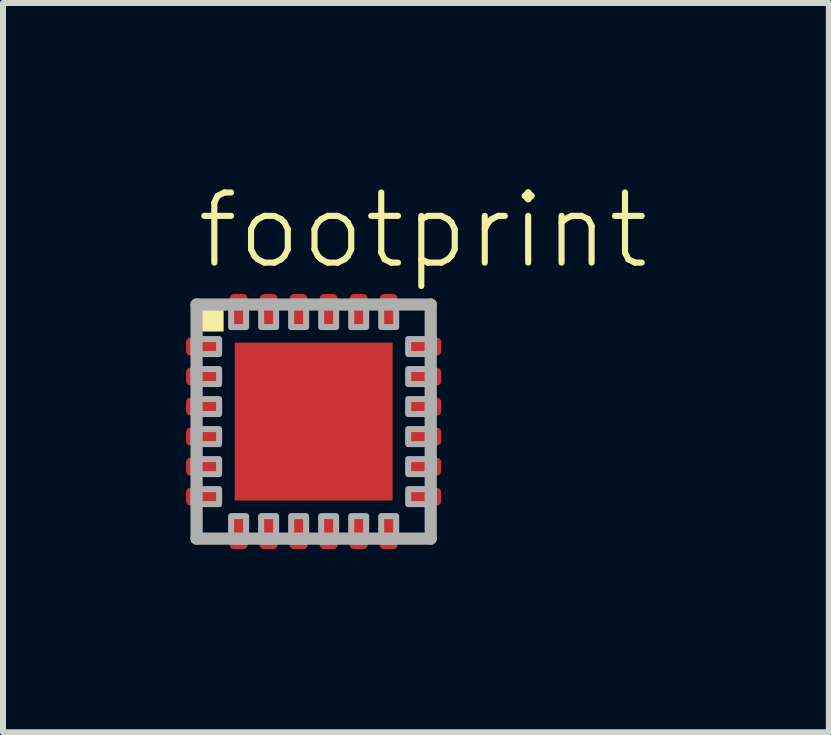
<source format=kicad_pcb>
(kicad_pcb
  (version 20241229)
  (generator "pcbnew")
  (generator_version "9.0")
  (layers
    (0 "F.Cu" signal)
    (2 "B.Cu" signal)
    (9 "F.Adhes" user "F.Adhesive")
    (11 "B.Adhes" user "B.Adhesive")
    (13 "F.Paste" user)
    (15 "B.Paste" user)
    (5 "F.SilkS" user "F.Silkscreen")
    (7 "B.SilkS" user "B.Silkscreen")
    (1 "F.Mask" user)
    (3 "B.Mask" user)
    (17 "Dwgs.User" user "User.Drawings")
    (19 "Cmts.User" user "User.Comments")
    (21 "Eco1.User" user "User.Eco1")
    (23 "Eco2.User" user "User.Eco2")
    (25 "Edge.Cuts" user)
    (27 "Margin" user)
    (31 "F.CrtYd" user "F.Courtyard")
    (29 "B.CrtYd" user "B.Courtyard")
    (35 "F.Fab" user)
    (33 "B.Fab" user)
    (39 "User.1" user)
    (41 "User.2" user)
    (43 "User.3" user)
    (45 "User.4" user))
  (footprint "footprint"
    (layer "F.Cu")
    (at 2.175 3.973)
    (property "Reference" "footprint" (at -2 -2.5 0) (layer "F.SilkS") (effects (font (size 1.168 1.168) (thickness 0.102)) (justify left bottom)))
    (fp_poly (pts (xy -2.175 -1.075) (xy -1.525 -1.075) (xy -1.525 -1.425) (xy -2.175 -1.425)) (stroke (width 0) (type solid)) (fill yes) (layer "F.Mask"))
    (fp_poly (pts (xy -2.175 -0.575) (xy -1.525 -0.575) (xy -1.525 -0.925) (xy -2.175 -0.925)) (stroke (width 0) (type solid)) (fill yes) (layer "F.Mask"))
    (fp_poly (pts (xy -2.175 -0.075) (xy -1.525 -0.075) (xy -1.525 -0.425) (xy -2.175 -0.425)) (stroke (width 0) (type solid)) (fill yes) (layer "F.Mask"))
    (fp_poly (pts (xy -2.175 0.425) (xy -1.525 0.425) (xy -1.525 0.075) (xy -2.175 0.075)) (stroke (width 0) (type solid)) (fill yes) (layer "F.Mask"))
    (fp_poly (pts (xy -2.175 0.925) (xy -1.525 0.925) (xy -1.525 0.575) (xy -2.175 0.575)) (stroke (width 0) (type solid)) (fill yes) (layer "F.Mask"))
    (fp_poly (pts (xy -2.175 1.425) (xy -1.525 1.425) (xy -1.525 1.075) (xy -2.175 1.075)) (stroke (width 0) (type solid)) (fill yes) (layer "F.Mask"))
    (fp_poly (pts (xy -1.425 -2.175) (xy -1.425 -1.525) (xy -1.075 -1.525) (xy -1.075 -2.175)) (stroke (width 0) (type solid)) (fill yes) (layer "F.Mask"))
    (fp_poly (pts (xy -1.35 1.35) (xy 1.35 1.35) (xy 1.35 -1.35) (xy -1.35 -1.35)) (stroke (width 0.1) (type solid)) (fill no) (layer "F.Mask"))
    (fp_poly (pts (xy -1.075 2.175) (xy -1.075 1.525) (xy -1.425 1.525) (xy -1.425 2.175)) (stroke (width 0) (type solid)) (fill yes) (layer "F.Mask"))
    (fp_poly (pts (xy -0.925 -2.175) (xy -0.925 -1.525) (xy -0.575 -1.525) (xy -0.575 -2.175)) (stroke (width 0) (type solid)) (fill yes) (layer "F.Mask"))
    (fp_poly (pts (xy -0.575 2.175) (xy -0.575 1.525) (xy -0.925 1.525) (xy -0.925 2.175)) (stroke (width 0) (type solid)) (fill yes) (layer "F.Mask"))
    (fp_poly (pts (xy -0.425 -2.175) (xy -0.425 -1.525) (xy -0.075 -1.525) (xy -0.075 -2.175)) (stroke (width 0) (type solid)) (fill yes) (layer "F.Mask"))
    (fp_poly (pts (xy -0.075 2.175) (xy -0.075 1.525) (xy -0.425 1.525) (xy -0.425 2.175)) (stroke (width 0) (type solid)) (fill yes) (layer "F.Mask"))
    (fp_poly (pts (xy 0.075 -2.175) (xy 0.075 -1.525) (xy 0.425 -1.525) (xy 0.425 -2.175)) (stroke (width 0) (type solid)) (fill yes) (layer "F.Mask"))
    (fp_poly (pts (xy 0.425 2.175) (xy 0.425 1.525) (xy 0.075 1.525) (xy 0.075 2.175)) (stroke (width 0) (type solid)) (fill yes) (layer "F.Mask"))
    (fp_poly (pts (xy 0.575 -2.175) (xy 0.575 -1.525) (xy 0.925 -1.525) (xy 0.925 -2.175)) (stroke (width 0) (type solid)) (fill yes) (layer "F.Mask"))
    (fp_poly (pts (xy 0.925 2.175) (xy 0.925 1.525) (xy 0.575 1.525) (xy 0.575 2.175)) (stroke (width 0) (type solid)) (fill yes) (layer "F.Mask"))
    (fp_poly (pts (xy 1.075 -2.175) (xy 1.075 -1.525) (xy 1.425 -1.525) (xy 1.425 -2.175)) (stroke (width 0) (type solid)) (fill yes) (layer "F.Mask"))
    (fp_poly (pts (xy 1.425 2.175) (xy 1.425 1.525) (xy 1.075 1.525) (xy 1.075 2.175)) (stroke (width 0) (type solid)) (fill yes) (layer "F.Mask"))
    (fp_poly (pts (xy 2.175 -1.425) (xy 1.525 -1.425) (xy 1.525 -1.075) (xy 2.175 -1.075)) (stroke (width 0) (type solid)) (fill yes) (layer "F.Mask"))
    (fp_poly (pts (xy 2.175 -0.925) (xy 1.525 -0.925) (xy 1.525 -0.575) (xy 2.175 -0.575)) (stroke (width 0) (type solid)) (fill yes) (layer "F.Mask"))
    (fp_poly (pts (xy 2.175 -0.425) (xy 1.525 -0.425) (xy 1.525 -0.075) (xy 2.175 -0.075)) (stroke (width 0) (type solid)) (fill yes) (layer "F.Mask"))
    (fp_poly (pts (xy 2.175 0.075) (xy 1.525 0.075) (xy 1.525 0.425) (xy 2.175 0.425)) (stroke (width 0) (type solid)) (fill yes) (layer "F.Mask"))
    (fp_poly (pts (xy 2.175 0.575) (xy 1.525 0.575) (xy 1.525 0.925) (xy 2.175 0.925)) (stroke (width 0) (type solid)) (fill yes) (layer "F.Mask"))
    (fp_poly (pts (xy 2.175 1.075) (xy 1.525 1.075) (xy 1.525 1.425) (xy 2.175 1.425)) (stroke (width 0) (type solid)) (fill yes) (layer "F.Mask"))
    (fp_poly (pts (xy -2 -1.5) (xy -1.5 -1.5) (xy -1.5 -2) (xy -2 -2)) (stroke (width 0) (type solid)) (fill yes) (layer "F.SilkS"))
    (fp_poly (pts (xy -2.1 -1.125) (xy -1.55 -1.125) (xy -1.55 -1.375) (xy -2.1 -1.375)) (stroke (width 0) (type solid)) (fill yes) (layer "F.Paste"))
    (fp_poly (pts (xy -2.1 -0.625) (xy -1.55 -0.625) (xy -1.55 -0.875) (xy -2.1 -0.875)) (stroke (width 0) (type solid)) (fill yes) (layer "F.Paste"))
    (fp_poly (pts (xy -2.1 -0.125) (xy -1.55 -0.125) (xy -1.55 -0.375) (xy -2.1 -0.375)) (stroke (width 0) (type solid)) (fill yes) (layer "F.Paste"))
    (fp_poly (pts (xy -2.1 0.375) (xy -1.55 0.375) (xy -1.55 0.125) (xy -2.1 0.125)) (stroke (width 0) (type solid)) (fill yes) (layer "F.Paste"))
    (fp_poly (pts (xy -2.1 0.875) (xy -1.55 0.875) (xy -1.55 0.625) (xy -2.1 0.625)) (stroke (width 0) (type solid)) (fill yes) (layer "F.Paste"))
    (fp_poly (pts (xy -2.1 1.375) (xy -1.55 1.375) (xy -1.55 1.125) (xy -2.1 1.125)) (stroke (width 0) (type solid)) (fill yes) (layer "F.Paste"))
    (fp_poly (pts (xy -1.375 -2.1) (xy -1.375 -1.55) (xy -1.125 -1.55) (xy -1.125 -2.1)) (stroke (width 0) (type solid)) (fill yes) (layer "F.Paste"))
    (fp_poly (pts (xy -1.15 1.175) (xy 1.15 1.175) (xy 1.15 -1.2) (xy -1.15 -1.2)) (stroke (width 0) (type solid)) (fill yes) (layer "F.Paste"))
    (fp_poly (pts (xy -1.125 2.1) (xy -1.125 1.55) (xy -1.375 1.55) (xy -1.375 2.1)) (stroke (width 0) (type solid)) (fill yes) (layer "F.Paste"))
    (fp_poly (pts (xy -0.875 -2.1) (xy -0.875 -1.55) (xy -0.625 -1.55) (xy -0.625 -2.1)) (stroke (width 0) (type solid)) (fill yes) (layer "F.Paste"))
    (fp_poly (pts (xy -0.625 2.1) (xy -0.625 1.55) (xy -0.875 1.55) (xy -0.875 2.1)) (stroke (width 0) (type solid)) (fill yes) (layer "F.Paste"))
    (fp_poly (pts (xy -0.375 -2.1) (xy -0.375 -1.55) (xy -0.125 -1.55) (xy -0.125 -2.1)) (stroke (width 0) (type solid)) (fill yes) (layer "F.Paste"))
    (fp_poly (pts (xy -0.125 2.1) (xy -0.125 1.55) (xy -0.375 1.55) (xy -0.375 2.1)) (stroke (width 0) (type solid)) (fill yes) (layer "F.Paste"))
    (fp_poly (pts (xy 0.125 -2.1) (xy 0.125 -1.55) (xy 0.375 -1.55) (xy 0.375 -2.1)) (stroke (width 0) (type solid)) (fill yes) (layer "F.Paste"))
    (fp_poly (pts (xy 0.375 2.1) (xy 0.375 1.55) (xy 0.125 1.55) (xy 0.125 2.1)) (stroke (width 0) (type solid)) (fill yes) (layer "F.Paste"))
    (fp_poly (pts (xy 0.625 -2.1) (xy 0.625 -1.55) (xy 0.875 -1.55) (xy 0.875 -2.1)) (stroke (width 0) (type solid)) (fill yes) (layer "F.Paste"))
    (fp_poly (pts (xy 0.875 2.1) (xy 0.875 1.55) (xy 0.625 1.55) (xy 0.625 2.1)) (stroke (width 0) (type solid)) (fill yes) (layer "F.Paste"))
    (fp_poly (pts (xy 1.125 -2.1) (xy 1.125 -1.55) (xy 1.375 -1.55) (xy 1.375 -2.1)) (stroke (width 0) (type solid)) (fill yes) (layer "F.Paste"))
    (fp_poly (pts (xy 1.375 2.1) (xy 1.375 1.55) (xy 1.125 1.55) (xy 1.125 2.1)) (stroke (width 0) (type solid)) (fill yes) (layer "F.Paste"))
    (fp_poly (pts (xy 2.1 -1.375) (xy 1.55 -1.375) (xy 1.55 -1.125) (xy 2.1 -1.125)) (stroke (width 0) (type solid)) (fill yes) (layer "F.Paste"))
    (fp_poly (pts (xy 2.1 -0.875) (xy 1.55 -0.875) (xy 1.55 -0.625) (xy 2.1 -0.625)) (stroke (width 0) (type solid)) (fill yes) (layer "F.Paste"))
    (fp_poly (pts (xy 2.1 -0.375) (xy 1.55 -0.375) (xy 1.55 -0.125) (xy 2.1 -0.125)) (stroke (width 0) (type solid)) (fill yes) (layer "F.Paste"))
    (fp_poly (pts (xy 2.1 0.125) (xy 1.55 0.125) (xy 1.55 0.375) (xy 2.1 0.375)) (stroke (width 0) (type solid)) (fill yes) (layer "F.Paste"))
    (fp_poly (pts (xy 2.1 0.625) (xy 1.55 0.625) (xy 1.55 0.875) (xy 2.1 0.875)) (stroke (width 0) (type solid)) (fill yes) (layer "F.Paste"))
    (fp_poly (pts (xy 2.1 1.125) (xy 1.55 1.125) (xy 1.55 1.375) (xy 2.1 1.375)) (stroke (width 0) (type solid)) (fill yes) (layer "F.Paste"))
    (fp_line (start -1.95 -1.95) (end 1.95 -1.95) (stroke (width 0.203) (type solid)) (layer "F.Fab"))
    (fp_line (start -1.95 1.95) (end -1.95 -1.95) (stroke (width 0.203) (type solid)) (layer "F.Fab"))
    (fp_line (start 1.95 -1.95) (end 1.95 1.95) (stroke (width 0.203) (type solid)) (layer "F.Fab"))
    (fp_line (start 1.95 1.95) (end -1.95 1.95) (stroke (width 0.203) (type solid)) (layer "F.Fab"))
    (fp_poly (pts (xy -2 -1.125) (xy -1.575 -1.125) (xy -1.575 -1.375) (xy -2 -1.375)) (stroke (width 0.1) (type solid)) (fill no) (layer "F.Fab"))
    (fp_poly (pts (xy -2 -0.625) (xy -1.575 -0.625) (xy -1.575 -0.875) (xy -2 -0.875)) (stroke (width 0.1) (type solid)) (fill no) (layer "F.Fab"))
    (fp_poly (pts (xy -2 -0.125) (xy -1.575 -0.125) (xy -1.575 -0.375) (xy -2 -0.375)) (stroke (width 0.1) (type solid)) (fill no) (layer "F.Fab"))
    (fp_poly (pts (xy -2 0.375) (xy -1.575 0.375) (xy -1.575 0.125) (xy -2 0.125)) (stroke (width 0.1) (type solid)) (fill no) (layer "F.Fab"))
    (fp_poly (pts (xy -2 0.875) (xy -1.575 0.875) (xy -1.575 0.625) (xy -2 0.625)) (stroke (width 0.1) (type solid)) (fill no) (layer "F.Fab"))
    (fp_poly (pts (xy -2 1.375) (xy -1.575 1.375) (xy -1.575 1.125) (xy -2 1.125)) (stroke (width 0.1) (type solid)) (fill no) (layer "F.Fab"))
    (fp_poly (pts (xy -1.375 -2) (xy -1.375 -1.575) (xy -1.125 -1.575) (xy -1.125 -2)) (stroke (width 0.1) (type solid)) (fill no) (layer "F.Fab"))
    (fp_poly (pts (xy -1.125 2) (xy -1.125 1.575) (xy -1.375 1.575) (xy -1.375 2)) (stroke (width 0.1) (type solid)) (fill no) (layer "F.Fab"))
    (fp_poly (pts (xy -0.875 -2) (xy -0.875 -1.575) (xy -0.625 -1.575) (xy -0.625 -2)) (stroke (width 0.1) (type solid)) (fill no) (layer "F.Fab"))
    (fp_poly (pts (xy -0.625 2) (xy -0.625 1.575) (xy -0.875 1.575) (xy -0.875 2)) (stroke (width 0.1) (type solid)) (fill no) (layer "F.Fab"))
    (fp_poly (pts (xy -0.375 -2) (xy -0.375 -1.575) (xy -0.125 -1.575) (xy -0.125 -2)) (stroke (width 0.1) (type solid)) (fill no) (layer "F.Fab"))
    (fp_poly (pts (xy -0.125 2) (xy -0.125 1.575) (xy -0.375 1.575) (xy -0.375 2)) (stroke (width 0.1) (type solid)) (fill no) (layer "F.Fab"))
    (fp_poly (pts (xy 0.125 -2) (xy 0.125 -1.575) (xy 0.375 -1.575) (xy 0.375 -2)) (stroke (width 0.1) (type solid)) (fill no) (layer "F.Fab"))
    (fp_poly (pts (xy 0.375 2) (xy 0.375 1.575) (xy 0.125 1.575) (xy 0.125 2)) (stroke (width 0.1) (type solid)) (fill no) (layer "F.Fab"))
    (fp_poly (pts (xy 0.625 -2) (xy 0.625 -1.575) (xy 0.875 -1.575) (xy 0.875 -2)) (stroke (width 0.1) (type solid)) (fill no) (layer "F.Fab"))
    (fp_poly (pts (xy 0.875 2) (xy 0.875 1.575) (xy 0.625 1.575) (xy 0.625 2)) (stroke (width 0.1) (type solid)) (fill no) (layer "F.Fab"))
    (fp_poly (pts (xy 1.125 -2) (xy 1.125 -1.575) (xy 1.375 -1.575) (xy 1.375 -2)) (stroke (width 0.1) (type solid)) (fill no) (layer "F.Fab"))
    (fp_poly (pts (xy 1.375 2) (xy 1.375 1.575) (xy 1.125 1.575) (xy 1.125 2)) (stroke (width 0.1) (type solid)) (fill no) (layer "F.Fab"))
    (fp_poly (pts (xy 2 -1.375) (xy 1.575 -1.375) (xy 1.575 -1.125) (xy 2 -1.125)) (stroke (width 0.1) (type solid)) (fill no) (layer "F.Fab"))
    (fp_poly (pts (xy 2 -0.875) (xy 1.575 -0.875) (xy 1.575 -0.625) (xy 2 -0.625)) (stroke (width 0.1) (type solid)) (fill no) (layer "F.Fab"))
    (fp_poly (pts (xy 2 -0.375) (xy 1.575 -0.375) (xy 1.575 -0.125) (xy 2 -0.125)) (stroke (width 0.1) (type solid)) (fill no) (layer "F.Fab"))
    (fp_poly (pts (xy 2 0.125) (xy 1.575 0.125) (xy 1.575 0.375) (xy 2 0.375)) (stroke (width 0.1) (type solid)) (fill no) (layer "F.Fab"))
    (fp_poly (pts (xy 2 0.625) (xy 1.575 0.625) (xy 1.575 0.875) (xy 2 0.875)) (stroke (width 0.1) (type solid)) (fill no) (layer "F.Fab"))
    (fp_poly (pts (xy 2 1.125) (xy 1.575 1.125) (xy 1.575 1.375) (xy 2 1.375)) (stroke (width 0.1) (type solid)) (fill no) (layer "F.Fab"))
    (pad "1" smd roundrect (at -1.825 -1.25) (size 0.6 0.3) (layers "F.Cu") (roundrect_rratio 0.25))
    (pad "2" smd roundrect (at -1.825 -0.75) (size 0.6 0.3) (layers "F.Cu") (roundrect_rratio 0.25))
    (pad "3" smd roundrect (at -1.825 -0.25) (size 0.6 0.3) (layers "F.Cu") (roundrect_rratio 0.25))
    (pad "4" smd roundrect (at -1.825 0.25) (size 0.6 0.3) (layers "F.Cu") (roundrect_rratio 0.25))
    (pad "5" smd roundrect (at -1.825 0.75) (size 0.6 0.3) (layers "F.Cu") (roundrect_rratio 0.25))
    (pad "6" smd roundrect (at -1.825 1.25) (size 0.6 0.3) (layers "F.Cu") (roundrect_rratio 0.25))
    (pad "7" smd roundrect (at -1.25 1.825 90) (size 0.6 0.3) (layers "F.Cu") (roundrect_rratio 0.25))
    (pad "8" smd roundrect (at -0.75 1.825 90) (size 0.6 0.3) (layers "F.Cu") (roundrect_rratio 0.25))
    (pad "9" smd roundrect (at -0.25 1.825 90) (size 0.6 0.3) (layers "F.Cu") (roundrect_rratio 0.25))
    (pad "10" smd roundrect (at 0.25 1.825 90) (size 0.6 0.3) (layers "F.Cu") (roundrect_rratio 0.25))
    (pad "11" smd roundrect (at 0.75 1.825 90) (size 0.6 0.3) (layers "F.Cu") (roundrect_rratio 0.25))
    (pad "12" smd roundrect (at 1.25 1.825 90) (size 0.6 0.3) (layers "F.Cu") (roundrect_rratio 0.25))
    (pad "13" smd roundrect (at 1.825 1.25 180) (size 0.6 0.3) (layers "F.Cu") (roundrect_rratio 0.25))
    (pad "14" smd roundrect (at 1.825 0.75 180) (size 0.6 0.3) (layers "F.Cu") (roundrect_rratio 0.25))
    (pad "15" smd roundrect (at 1.825 0.25 180) (size 0.6 0.3) (layers "F.Cu") (roundrect_rratio 0.25))
    (pad "16" smd roundrect (at 1.825 -0.25 180) (size 0.6 0.3) (layers "F.Cu") (roundrect_rratio 0.25))
    (pad "17" smd roundrect (at 1.825 -0.75 180) (size 0.6 0.3) (layers "F.Cu") (roundrect_rratio 0.25))
    (pad "18" smd roundrect (at 1.825 -1.25 180) (size 0.6 0.3) (layers "F.Cu") (roundrect_rratio 0.25))
    (pad "19" smd roundrect (at 1.25 -1.825 270) (size 0.6 0.3) (layers "F.Cu") (roundrect_rratio 0.25))
    (pad "20" smd roundrect (at 0.75 -1.825 270) (size 0.6 0.3) (layers "F.Cu") (roundrect_rratio 0.25))
    (pad "21" smd roundrect (at 0.25 -1.825 270) (size 0.6 0.3) (layers "F.Cu") (roundrect_rratio 0.25))
    (pad "22" smd roundrect (at -0.25 -1.825 270) (size 0.6 0.3) (layers "F.Cu") (roundrect_rratio 0.25))
    (pad "23" smd roundrect (at -0.75 -1.825 270) (size 0.6 0.3) (layers "F.Cu") (roundrect_rratio 0.25))
    (pad "24" smd roundrect (at -1.25 -1.825 270) (size 0.6 0.3) (layers "F.Cu") (roundrect_rratio 0.25))
    (pad "EXP" smd rect (at 0 0) (size 2.63 2.63) (layers "F.Cu")))
  (gr_rect
    (start -3 -3)
    (end 10.757 9.148)
    (stroke (width 0.1) (type default))
    (fill no)
    (layer "Edge.Cuts")))
</source>
